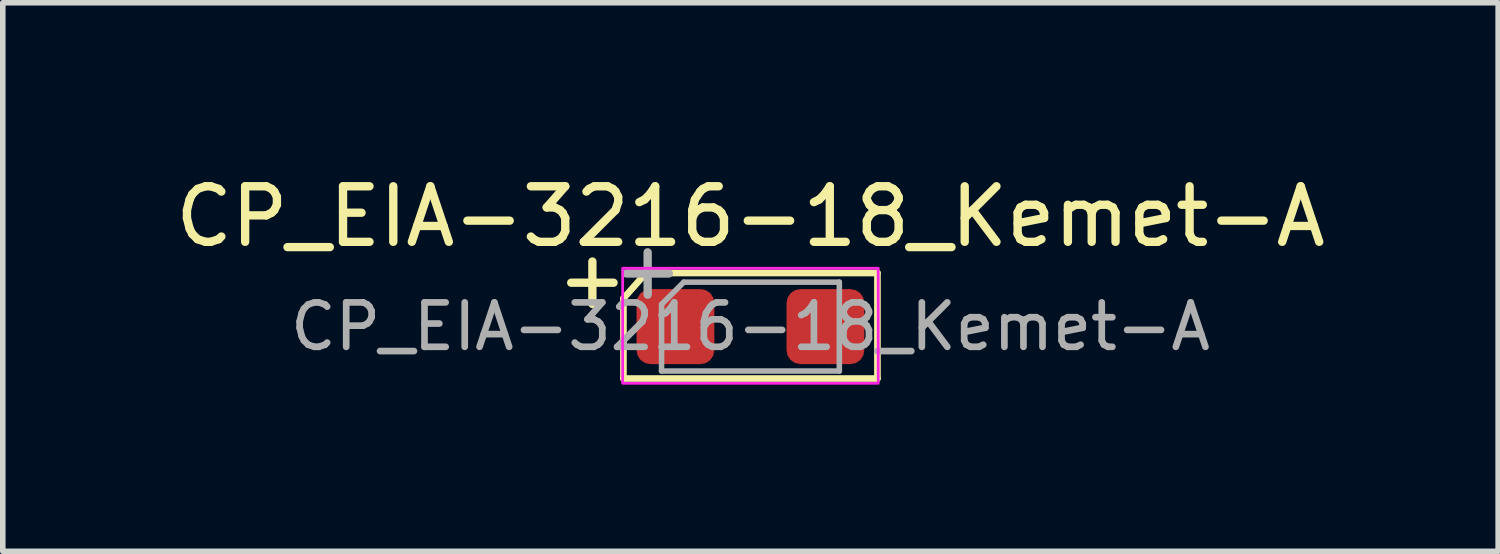
<source format=kicad_pcb>
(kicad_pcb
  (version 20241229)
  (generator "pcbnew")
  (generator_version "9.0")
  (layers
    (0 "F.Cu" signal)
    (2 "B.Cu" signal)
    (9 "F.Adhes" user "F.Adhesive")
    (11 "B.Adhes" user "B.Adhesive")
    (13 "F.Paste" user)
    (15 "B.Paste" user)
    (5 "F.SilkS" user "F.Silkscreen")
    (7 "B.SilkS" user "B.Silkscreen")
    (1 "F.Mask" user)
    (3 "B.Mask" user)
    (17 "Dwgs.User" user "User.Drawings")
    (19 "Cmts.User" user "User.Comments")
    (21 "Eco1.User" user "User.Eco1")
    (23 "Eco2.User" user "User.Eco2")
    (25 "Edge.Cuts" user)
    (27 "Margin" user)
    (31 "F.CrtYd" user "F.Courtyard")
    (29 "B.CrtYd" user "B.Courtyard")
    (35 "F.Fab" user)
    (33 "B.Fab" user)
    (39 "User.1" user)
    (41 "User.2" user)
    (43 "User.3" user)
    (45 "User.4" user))
  (footprint "CP_EIA-3216-18_Kemet-A"
    (layer "F.Cu")
    (at 10.458 2.829)
    (property "Reference" "CP_EIA-3216-18_Kemet-A" (at 0 -1.981 0) (layer "F.SilkS") (effects (font (size 1 1) (thickness 0.15))))
    (attr smd)
    (fp_line (start -2.286 -0.508) (end -1.88 -0.965) (stroke (width 0.12) (type solid)) (layer "F.SilkS"))
    (fp_line (start -2.286 0.935) (end -2.286 -0.508) (stroke (width 0.12) (type solid)) (layer "F.SilkS"))
    (fp_line (start -2.286 0.935) (end 2.286 0.935) (stroke (width 0.12) (type solid)) (layer "F.SilkS"))
    (fp_line (start 2.286 -0.965) (end -1.88 -0.965) (stroke (width 0.12) (type solid)) (layer "F.SilkS"))
    (fp_line (start 2.286 0.935) (end 2.286 -0.965) (stroke (width 0.12) (type solid)) (layer "F.SilkS"))
    (fp_rect (start -2.3 -1.05) (end 2.3 1.02) (stroke (width 0.05) (type default)) (fill no) (layer "F.CrtYd"))
    (fp_line (start -1.6 -0.4) (end -1.6 0.8) (stroke (width 0.1) (type solid)) (layer "F.Fab"))
    (fp_line (start -1.6 0.8) (end 1.6 0.8) (stroke (width 0.1) (type solid)) (layer "F.Fab"))
    (fp_line (start -1.2 -0.8) (end -1.6 -0.4) (stroke (width 0.1) (type solid)) (layer "F.Fab"))
    (fp_line (start 1.6 -0.8) (end -1.2 -0.8) (stroke (width 0.1) (type solid)) (layer "F.Fab"))
    (fp_line (start 1.6 0.8) (end 1.6 -0.8) (stroke (width 0.1) (type solid)) (layer "F.Fab"))
    (fp_text user "+" (at -2.845 -0.864 0) (unlocked yes) (layer "F.SilkS") (effects (font (size 1 1) (thickness 0.15))))
    (fp_text user "${REFERENCE}" (at 0 0 0) (layer "F.Fab") (effects (font (size 0.8 0.8) (thickness 0.12))))
    (fp_text user "+" (at -1.85 -1.03 0) (unlocked yes) (layer "F.Fab") (effects (font (size 1 1) (thickness 0.15))))
    (pad "1" smd roundrect (at -1.35 0) (size 1.4 1.35) (layers "F.Cu" "F.Mask" "F.Paste") (roundrect_rratio 0.185))
    (pad "2" smd roundrect (at 1.35 0) (size 1.4 1.35) (layers "F.Cu" "F.Mask" "F.Paste") (roundrect_rratio 0.185)))
  (gr_rect
    (start -3 -3)
    (end 23.917 6.874)
    (stroke (width 0.1) (type default))
    (fill no)
    (layer "Edge.Cuts")))
</source>
